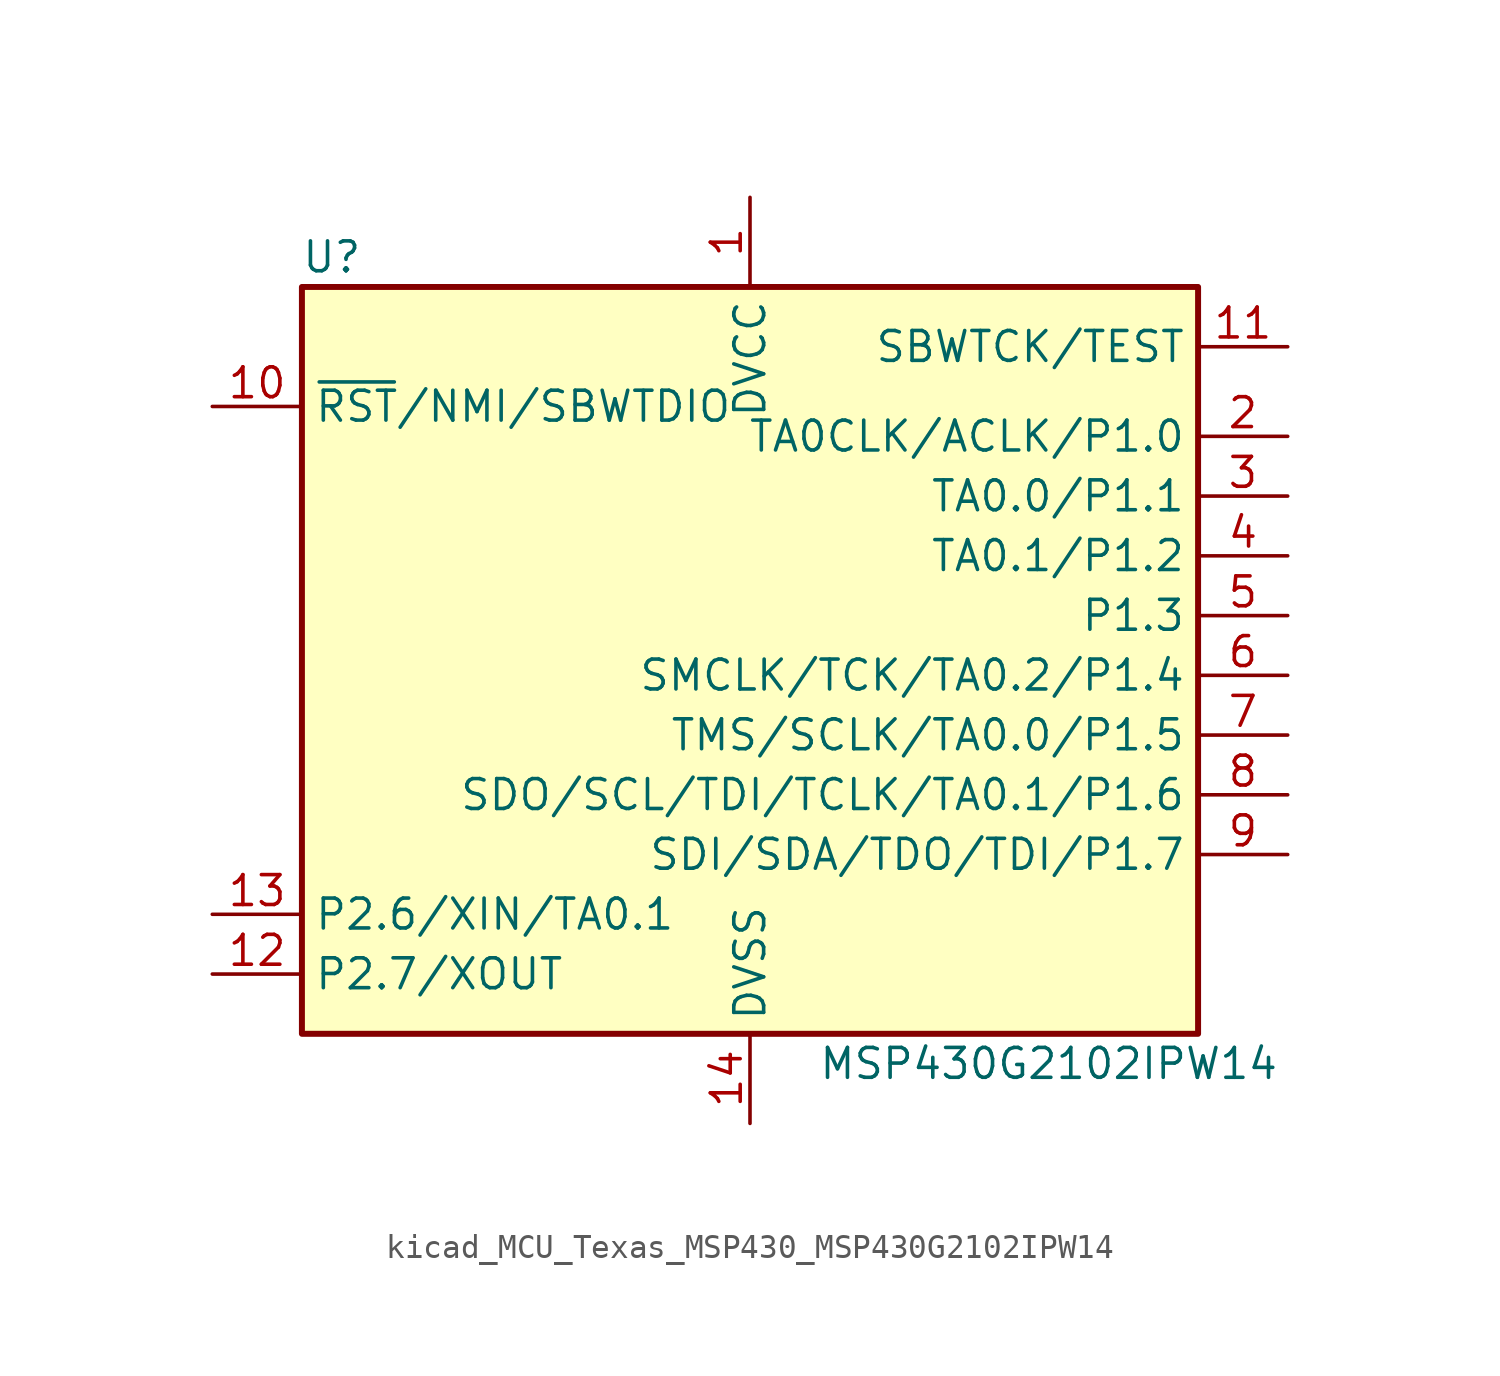
<source format=kicad_sym>
(kicad_symbol_lib
  (version 20220914)
  (generator kicad_symbol_editor)
  (symbol "kicad_MCU_Texas_MSP430_MSP430G2102IPW14"
    (property "Reference" "U"
      (at -17.78 17.78 0)
      (effects (font (size 1.27 1.27))))
    (property "Value" "MSP430G2102IPW14"
      (at 12.7 -16.51 0)
      (effects (font (size 1.27 1.27))))
    (symbol "kicad_MCU_Texas_MSP430_MSP430G2102IPW14_0_1"
      (rectangle (start -19.05 16.51) (end 19.05 -15.24) (stroke (width 0.254) (type default)) (fill (type background))))
    (symbol "kicad_MCU_Texas_MSP430_MSP430G2102IPW14_1_1"
      (pin power_in line (at 0 20.32 270) (length 3.81) (name "DVCC" (effects (font (size 1.27 1.27)))) (number "1" (effects (font (size 1.27 1.27)))))
      (pin input line (at -22.86 11.43 0) (length 3.81) (name "~{RST}/NMI/SBWTDIO" (effects (font (size 1.27 1.27)))) (number "10" (effects (font (size 1.27 1.27)))))
      (pin input line (at 22.86 13.97 180) (length 3.81) (name "SBWTCK/TEST" (effects (font (size 1.27 1.27)))) (number "11" (effects (font (size 1.27 1.27)))))
      (pin bidirectional line (at -22.86 -12.7 0) (length 3.81) (name "P2.7/XOUT" (effects (font (size 1.27 1.27)))) (number "12" (effects (font (size 1.27 1.27)))))
      (pin bidirectional line (at -22.86 -10.16 0) (length 3.81) (name "P2.6/XIN/TA0.1" (effects (font (size 1.27 1.27)))) (number "13" (effects (font (size 1.27 1.27)))))
      (pin power_in line (at 0 -19.05 90) (length 3.81) (name "DVSS" (effects (font (size 1.27 1.27)))) (number "14" (effects (font (size 1.27 1.27)))))
      (pin bidirectional line (at 22.86 10.16 180) (length 3.81) (name "TA0CLK/ACLK/P1.0" (effects (font (size 1.27 1.27)))) (number "2" (effects (font (size 1.27 1.27)))))
      (pin bidirectional line (at 22.86 7.62 180) (length 3.81) (name "TA0.0/P1.1" (effects (font (size 1.27 1.27)))) (number "3" (effects (font (size 1.27 1.27)))))
      (pin bidirectional line (at 22.86 5.08 180) (length 3.81) (name "TA0.1/P1.2" (effects (font (size 1.27 1.27)))) (number "4" (effects (font (size 1.27 1.27)))))
      (pin bidirectional line (at 22.86 2.54 180) (length 3.81) (name "P1.3" (effects (font (size 1.27 1.27)))) (number "5" (effects (font (size 1.27 1.27)))))
      (pin bidirectional line (at 22.86 0 180) (length 3.81) (name "SMCLK/TCK/TA0.2/P1.4" (effects (font (size 1.27 1.27)))) (number "6" (effects (font (size 1.27 1.27)))))
      (pin bidirectional line (at 22.86 -2.54 180) (length 3.81) (name "TMS/SCLK/TA0.0/P1.5" (effects (font (size 1.27 1.27)))) (number "7" (effects (font (size 1.27 1.27)))))
      (pin bidirectional line (at 22.86 -5.08 180) (length 3.81) (name "SDO/SCL/TDI/TCLK/TA0.1/P1.6" (effects (font (size 1.27 1.27)))) (number "8" (effects (font (size 1.27 1.27)))))
      (pin bidirectional line (at 22.86 -7.62 180) (length 3.81) (name "SDI/SDA/TDO/TDI/P1.7" (effects (font (size 1.27 1.27)))) (number "9" (effects (font (size 1.27 1.27))))))))
</source>
